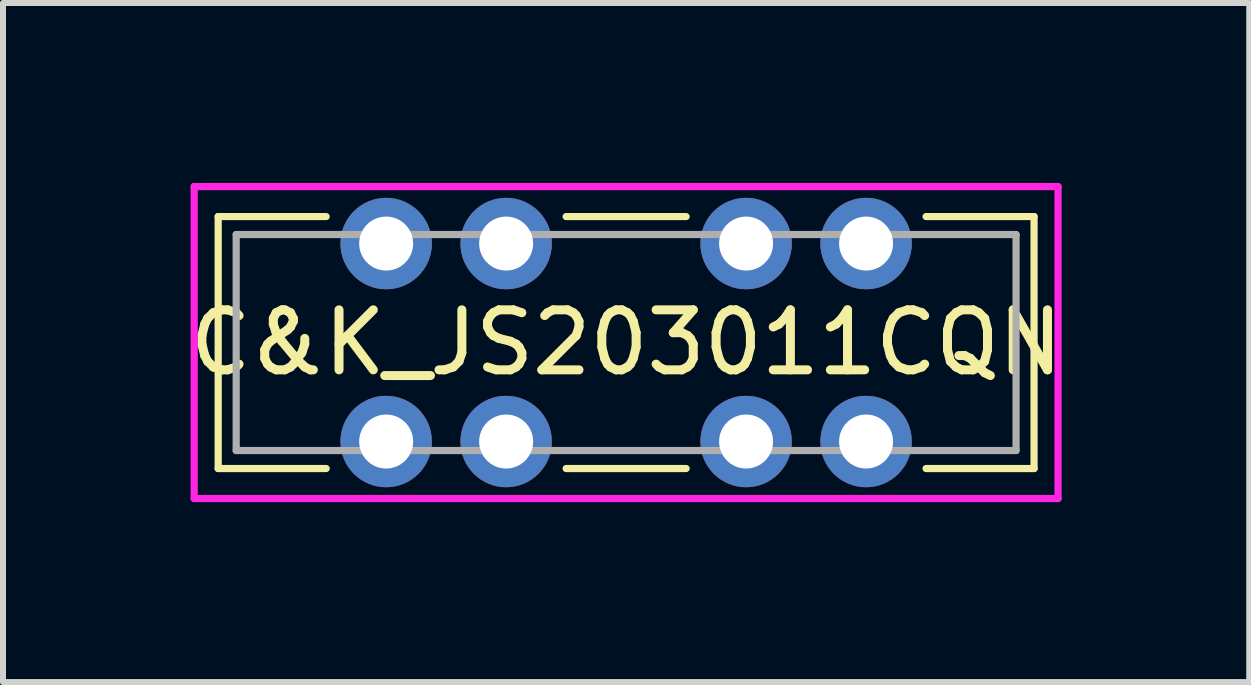
<source format=kicad_pcb>
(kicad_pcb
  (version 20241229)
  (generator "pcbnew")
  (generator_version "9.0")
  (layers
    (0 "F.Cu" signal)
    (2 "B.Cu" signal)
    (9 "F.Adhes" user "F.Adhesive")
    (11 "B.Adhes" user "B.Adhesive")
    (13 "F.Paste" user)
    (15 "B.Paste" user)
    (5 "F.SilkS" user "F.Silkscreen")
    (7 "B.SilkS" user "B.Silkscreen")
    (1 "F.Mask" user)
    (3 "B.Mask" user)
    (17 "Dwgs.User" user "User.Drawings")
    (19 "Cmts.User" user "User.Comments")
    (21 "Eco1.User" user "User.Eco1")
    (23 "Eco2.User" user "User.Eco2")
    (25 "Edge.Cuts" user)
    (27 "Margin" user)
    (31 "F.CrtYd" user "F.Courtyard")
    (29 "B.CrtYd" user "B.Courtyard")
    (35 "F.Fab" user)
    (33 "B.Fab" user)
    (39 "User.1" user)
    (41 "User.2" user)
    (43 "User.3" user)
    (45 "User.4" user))
  (footprint "C&K_JS203011CQN"
    (layer "F.Cu")
    (at 7.387 2.66)
    (property "Reference" "C&K_JS203011CQN" (at 0 0 0) (layer "F.SilkS") (effects (font (size 1 1) (thickness 0.15))))
    (attr through_hole)
    (fp_line (start -6.8 -2.1) (end -6.8 2.1) (stroke (width 0.12) (type solid)) (layer "F.SilkS"))
    (fp_line (start -6.8 -2.1) (end -5 -2.1) (stroke (width 0.12) (type solid)) (layer "F.SilkS"))
    (fp_line (start -6.8 2.1) (end -5 2.1) (stroke (width 0.12) (type solid)) (layer "F.SilkS"))
    (fp_line (start -1 -2.1) (end 1 -2.1) (stroke (width 0.12) (type solid)) (layer "F.SilkS"))
    (fp_line (start -1 2.1) (end 1 2.1) (stroke (width 0.12) (type solid)) (layer "F.SilkS"))
    (fp_line (start 5 -2.1) (end 6.8 -2.1) (stroke (width 0.12) (type solid)) (layer "F.SilkS"))
    (fp_line (start 5 2.1) (end 6.8 2.1) (stroke (width 0.12) (type solid)) (layer "F.SilkS"))
    (fp_line (start 6.8 2.1) (end 6.8 -2.1) (stroke (width 0.12) (type solid)) (layer "F.SilkS"))
    (fp_line (start -7.2 -2.6) (end 7.2 -2.6) (stroke (width 0.12) (type solid)) (layer "F.CrtYd"))
    (fp_line (start -7.2 2.6) (end -7.2 -2.6) (stroke (width 0.12) (type solid)) (layer "F.CrtYd"))
    (fp_line (start 7.2 -2.6) (end 7.2 2.6) (stroke (width 0.12) (type solid)) (layer "F.CrtYd"))
    (fp_line (start 7.2 2.6) (end -7.2 2.6) (stroke (width 0.12) (type solid)) (layer "F.CrtYd"))
    (fp_line (start -6.5 -1.8) (end 6.5 -1.8) (stroke (width 0.12) (type solid)) (layer "F.Fab"))
    (fp_line (start -6.5 1.8) (end -6.5 -1.8) (stroke (width 0.12) (type solid)) (layer "F.Fab"))
    (fp_line (start 6.5 -1.8) (end 6.5 1.8) (stroke (width 0.12) (type solid)) (layer "F.Fab"))
    (fp_line (start 6.5 1.8) (end -6.5 1.8) (stroke (width 0.12) (type solid)) (layer "F.Fab"))
    (pad "1" thru_hole circle (at -4 1.65) (size 1.524 1.524) (drill 0.9) (layers "*.Cu" "*.Mask"))
    (pad "2" thru_hole circle (at -2 1.65) (size 1.524 1.524) (drill 0.9) (layers "*.Cu" "*.Mask"))
    (pad "3" thru_hole circle (at 2 1.65) (size 1.524 1.524) (drill 0.9) (layers "*.Cu" "*.Mask"))
    (pad "4" thru_hole circle (at 4 1.65) (size 1.524 1.524) (drill 0.9) (layers "*.Cu" "*.Mask"))
    (pad "5" thru_hole circle (at -4 -1.65) (size 1.524 1.524) (drill 0.9) (layers "*.Cu" "*.Mask"))
    (pad "6" thru_hole circle (at -2 -1.65) (size 1.524 1.524) (drill 0.9) (layers "*.Cu" "*.Mask"))
    (pad "7" thru_hole circle (at 2 -1.65) (size 1.524 1.524) (drill 0.9) (layers "*.Cu" "*.Mask"))
    (pad "8" thru_hole circle (at 4 -1.65) (size 1.524 1.524) (drill 0.9) (layers "*.Cu" "*.Mask")))
  (gr_rect
    (start -3 -3)
    (end 17.774 8.32)
    (stroke (width 0.1) (type default))
    (fill no)
    (layer "Edge.Cuts")))
</source>
